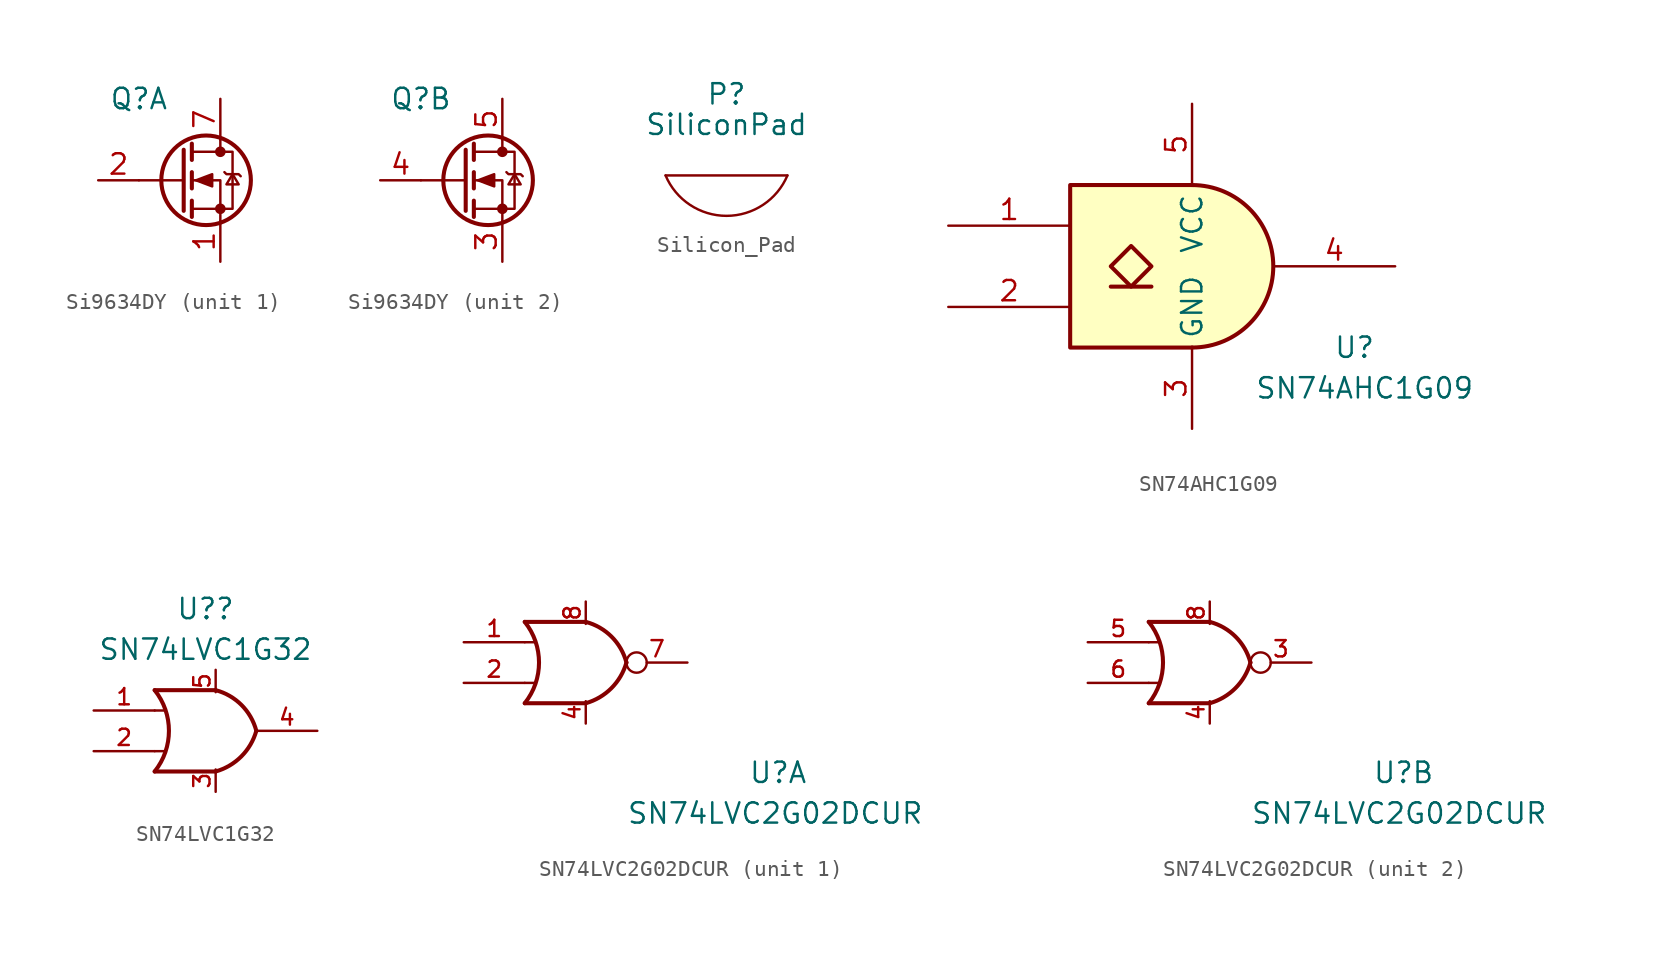
<source format=kicad_sym>
(kicad_symbol_lib
  (version 20220914)
  (generator kicad_symbol_editor)
  (symbol "Si9634DY"
    (pin_names hide)
    (property "Reference" "Q"
      (at -2.54 5.08 0)
      (effects (font (size 1.27 1.27))))
    (property "Value" ""
      (at 2.54 0 0)
      (effects (font (size 1.27 1.27))))
    (symbol "Si9634DY_0_1"
      (polyline (pts (xy 0.254 0) (xy -2.54 0)) (stroke (width 0) (type default)) (fill (type none)))
      (polyline (pts (xy 0.254 1.905) (xy 0.254 -1.905)) (stroke (width 0.254) (type default)) (fill (type none)))
      (polyline (pts (xy 0.762 -1.27) (xy 0.762 -2.286)) (stroke (width 0.254) (type default)) (fill (type none)))
      (polyline (pts (xy 0.762 0.508) (xy 0.762 -0.508)) (stroke (width 0.254) (type default)) (fill (type none)))
      (polyline (pts (xy 0.762 2.286) (xy 0.762 1.27)) (stroke (width 0.254) (type default)) (fill (type none)))
      (polyline (pts (xy 2.54 2.54) (xy 2.54 1.778)) (stroke (width 0) (type default)) (fill (type none)))
      (polyline (pts (xy 2.54 -2.54) (xy 2.54 0) (xy 0.762 0)) (stroke (width 0) (type default)) (fill (type none)))
      (polyline (pts (xy 0.762 -1.778) (xy 3.302 -1.778) (xy 3.302 1.778) (xy 0.762 1.778)) (stroke (width 0) (type default)) (fill (type none)))
      (polyline (pts (xy 1.016 0) (xy 2.032 0.381) (xy 2.032 -0.381) (xy 1.016 0)) (stroke (width 0) (type default)) (fill (type outline)))
      (polyline (pts (xy 2.794 0.508) (xy 2.921 0.381) (xy 3.683 0.381) (xy 3.81 0.254)) (stroke (width 0) (type default)) (fill (type none)))
      (polyline (pts (xy 3.302 0.381) (xy 2.921 -0.254) (xy 3.683 -0.254) (xy 3.302 0.381)) (stroke (width 0) (type default)) (fill (type none)))
      (circle (center 1.651 0) (radius 2.794) (stroke (width 0.254) (type default)) (fill (type none)))
      (circle (center 2.54 -1.778) (radius 0.254) (stroke (width 0) (type default)) (fill (type outline)))
      (circle (center 2.54 1.778) (radius 0.254) (stroke (width 0) (type default)) (fill (type outline))))
    (symbol "Si9634DY_1_1"
      (pin passive line (at 2.54 -5.08 90) (length 2.54) (name "S" (effects (font (size 1.27 1.27)))) (number "1" (effects (font (size 1.27 1.27)))))
      (pin input line (at -5.08 0 0) (length 2.54) (name "G" (effects (font (size 1.27 1.27)))) (number "2" (effects (font (size 1.27 1.27)))))
      (pin passive line (at 2.54 5.08 270) (length 2.54) (name "D" (effects (font (size 1.27 1.27)))) (number "7" (effects (font (size 1.27 1.27)))))
      (pin passive line (at 2.54 5.08 270) (length 2.54) hide (name "D" (effects (font (size 1.27 1.27)))) (number "8" (effects (font (size 1.27 1.27))))))
    (symbol "Si9634DY_2_1"
      (pin passive line (at 2.54 -5.08 90) (length 2.54) (name "S" (effects (font (size 1.27 1.27)))) (number "3" (effects (font (size 1.27 1.27)))))
      (pin input line (at -5.08 0 0) (length 2.54) (name "G" (effects (font (size 1.27 1.27)))) (number "4" (effects (font (size 1.27 1.27)))))
      (pin passive line (at 2.54 5.08 270) (length 2.54) (name "D" (effects (font (size 1.27 1.27)))) (number "5" (effects (font (size 1.27 1.27)))))
      (pin passive line (at 2.54 5.08 270) (length 2.54) hide (name "D" (effects (font (size 1.27 1.27)))) (number "6" (effects (font (size 1.27 1.27)))))))
  (symbol "Silicon_Pad"
    (pin_names
      (offset 1.016))
    (property "Reference" "P"
      (at 0 5.08 0)
      (effects (font (size 1.27 1.27))))
    (property "Value" "SiliconPad"
      (at 0 3.175 0)
      (effects (font (size 1.27 1.27))))
    (symbol "Silicon_Pad_0_1"
      (arc (start -3.81 0) (mid 0 -2.5268) (end 3.81 0) (stroke (width 0) (type default)) (fill (type none)))
      (polyline (pts (xy 3.81 0) (xy -3.81 0)) (stroke (width 0) (type default)) (fill (type none)))))
  (symbol "SN74AHC1G09"
    (property "Reference" "U"
      (at 10.16 -5.08 0)
      (effects (font (size 1.27 1.27))))
    (property "Value" "SN74AHC1G09 "
      (at 10.795 -7.62 0)
      (effects (font (size 1.27 1.27))))
    (symbol "SN74AHC1G09_0_1"
      (arc (start 0 -5.08) (mid 5.0579 0) (end 0 5.08) (stroke (width 0.254) (type default)) (fill (type background)))
      (polyline (pts (xy -5.08 -1.27) (xy -2.54 -1.27)) (stroke (width 0.254) (type default)) (fill (type background)))
      (polyline (pts (xy 0 -5.08) (xy -7.62 -5.08) (xy -7.62 5.08) (xy 0 5.08)) (stroke (width 0.254) (type default)) (fill (type background)))
      (polyline (pts (xy -3.81 1.27) (xy -5.08 0) (xy -3.81 -1.27) (xy -2.54 0) (xy -3.81 1.27)) (stroke (width 0.254) (type default)) (fill (type background))))
    (symbol "SN74AHC1G09_1_1"
      (pin input line (at -15.24 2.54 0) (length 7.62) (name "~" (effects (font (size 1.27 1.27)))) (number "1" (effects (font (size 1.27 1.27)))))
      (pin input line (at -15.24 -2.54 0) (length 7.62) (name "~" (effects (font (size 1.27 1.27)))) (number "2" (effects (font (size 1.27 1.27)))))
      (pin power_in line (at 0 -10.16 90) (length 5.08) (name "GND" (effects (font (size 1.27 1.27)))) (number "3" (effects (font (size 1.27 1.27)))))
      (pin output line (at 12.7 0 180) (length 7.62) (name "~" (effects (font (size 1.27 1.27)))) (number "4" (effects (font (size 1.27 1.27)))))
      (pin power_in line (at 0 10.16 270) (length 5.08) (name "VCC" (effects (font (size 1.27 1.27)))) (number "5" (effects (font (size 1.27 1.27)))))))
  (symbol "SN74LVC1G32"
    (pin_names
      (offset 1.016) hide)
    (property "Reference" "U?"
      (at -0.635 7.62 0)
      (effects (font (size 1.27 1.27))))
    (property "Value" "SN74LVC1G32"
      (at -0.635 5.08 0)
      (effects (font (size 1.27 1.27))))
    (symbol "SN74LVC1G32_0_1"
      (arc (start -3.81 -2.54) (mid -2.919 0) (end -3.81 2.54) (stroke (width 0.254) (type default)) (fill (type none)))
      (arc (start 0 -2.54) (mid 1.5993 -1.6027) (end 2.54 0) (stroke (width 0.254) (type default)) (fill (type none)))
      (polyline (pts (xy -3.81 -1.27) (xy -3.175 -1.27)) (stroke (width 0) (type default)) (fill (type none)))
      (polyline (pts (xy -3.81 1.27) (xy -3.175 1.27)) (stroke (width 0) (type default)) (fill (type none)))
      (polyline (pts (xy 0 -2.54) (xy -3.81 -2.54)) (stroke (width 0.254) (type default)) (fill (type background)))
      (polyline (pts (xy 0 2.54) (xy -3.81 2.54)) (stroke (width 0.254) (type default)) (fill (type background)))
      (arc (start 2.54 0) (mid 1.6119 1.6152) (end 0 2.54) (stroke (width 0.254) (type default)) (fill (type none))))
    (symbol "SN74LVC1G32_1_1"
      (pin input line (at -7.62 1.27 0) (length 3.81) (name "A" (effects (font (size 1.016 1.016)))) (number "1" (effects (font (size 1.016 1.016)))))
      (pin input line (at -7.62 -1.27 0) (length 3.81) (name "B" (effects (font (size 1.016 1.016)))) (number "2" (effects (font (size 1.016 1.016)))))
      (pin power_in line (at 0 -3.81 90) (length 1.397) (name "GND" (effects (font (size 1.016 1.016)))) (number "3" (effects (font (size 1.016 1.016)))))
      (pin output line (at 6.35 0 180) (length 3.81) (name "S" (effects (font (size 1.016 1.016)))) (number "4" (effects (font (size 1.016 1.016)))))
      (pin power_in line (at 0 3.81 270) (length 1.397) (name "VCC" (effects (font (size 1.016 1.016)))) (number "5" (effects (font (size 1.016 1.016)))))))
  (symbol "SN74LVC2G02DCUR"
    (pin_names
      (offset 1.016))
    (property "Reference" "U"
      (at 10.16 -7.62 0)
      (effects (font (size 1.27 1.27)) (justify left bottom)))
    (property "Value" "SN74LVC2G02DCUR"
      (at 2.54 -10.16 0)
      (effects (font (size 1.27 1.27)) (justify left bottom)))
    (symbol "SN74LVC2G02DCUR_1_1"
      (arc (start -3.81 -2.54) (mid -2.919 0) (end -3.81 2.54) (stroke (width 0.254) (type default)) (fill (type none)))
      (arc (start 0 -2.54) (mid 1.5993 -1.6027) (end 2.54 0) (stroke (width 0.254) (type default)) (fill (type none)))
      (polyline (pts (xy -3.81 -1.27) (xy -3.175 -1.27)) (stroke (width 0) (type default)) (fill (type none)))
      (polyline (pts (xy -3.81 1.27) (xy -3.175 1.27)) (stroke (width 0) (type default)) (fill (type none)))
      (polyline (pts (xy 0 -2.54) (xy -3.81 -2.54)) (stroke (width 0.254) (type default)) (fill (type background)))
      (polyline (pts (xy 0 2.54) (xy -3.81 2.54)) (stroke (width 0.254) (type default)) (fill (type background)))
      (arc (start 2.54 0) (mid 1.6119 1.6152) (end 0 2.54) (stroke (width 0.254) (type default)) (fill (type none)))
      (pin input line (at -7.62 1.27 0) (length 3.81) (name "~" (effects (font (size 1.016 1.016)))) (number "1" (effects (font (size 1.016 1.016)))))
      (pin input line (at -7.62 -1.27 0) (length 3.81) (name "~" (effects (font (size 1.016 1.016)))) (number "2" (effects (font (size 1.016 1.016)))))
      (pin power_in line (at 0 -3.81 90) (length 1.397) (name "~" (effects (font (size 1.016 1.016)))) (number "4" (effects (font (size 1.016 1.016)))))
      (pin output inverted (at 6.35 0 180) (length 3.81) (name "~" (effects (font (size 1.016 1.016)))) (number "7" (effects (font (size 1.016 1.016)))))
      (pin power_in line (at 0 3.81 270) (length 1.397) (name "~" (effects (font (size 1.016 1.016)))) (number "8" (effects (font (size 1.016 1.016))))))
    (symbol "SN74LVC2G02DCUR_2_1"
      (arc (start -3.81 -2.54) (mid -2.919 0) (end -3.81 2.54) (stroke (width 0.254) (type default)) (fill (type none)))
      (arc (start 0 -2.54) (mid 1.5993 -1.6027) (end 2.54 0) (stroke (width 0.254) (type default)) (fill (type none)))
      (polyline (pts (xy -3.81 -1.27) (xy -3.175 -1.27)) (stroke (width 0) (type default)) (fill (type none)))
      (polyline (pts (xy -3.81 1.27) (xy -3.175 1.27)) (stroke (width 0) (type default)) (fill (type none)))
      (polyline (pts (xy 0 -2.54) (xy -3.81 -2.54)) (stroke (width 0.254) (type default)) (fill (type background)))
      (polyline (pts (xy 0 2.54) (xy -3.81 2.54)) (stroke (width 0.254) (type default)) (fill (type background)))
      (arc (start 2.54 0) (mid 1.6119 1.6152) (end 0 2.54) (stroke (width 0.254) (type default)) (fill (type none)))
      (pin output inverted (at 6.35 0 180) (length 3.81) (name "~" (effects (font (size 1.016 1.016)))) (number "3" (effects (font (size 1.016 1.016)))))
      (pin power_in line (at 0 -3.81 90) (length 1.397) (name "~" (effects (font (size 1.016 1.016)))) (number "4" (effects (font (size 1.016 1.016)))))
      (pin input line (at -7.62 1.27 0) (length 3.81) (name "~" (effects (font (size 1.016 1.016)))) (number "5" (effects (font (size 1.016 1.016)))))
      (pin input line (at -7.62 -1.27 0) (length 3.81) (name "~" (effects (font (size 1.016 1.016)))) (number "6" (effects (font (size 1.016 1.016)))))
      (pin power_in line (at 0 3.81 270) (length 1.397) (name "~" (effects (font (size 1.016 1.016)))) (number "8" (effects (font (size 1.016 1.016))))))))
</source>
